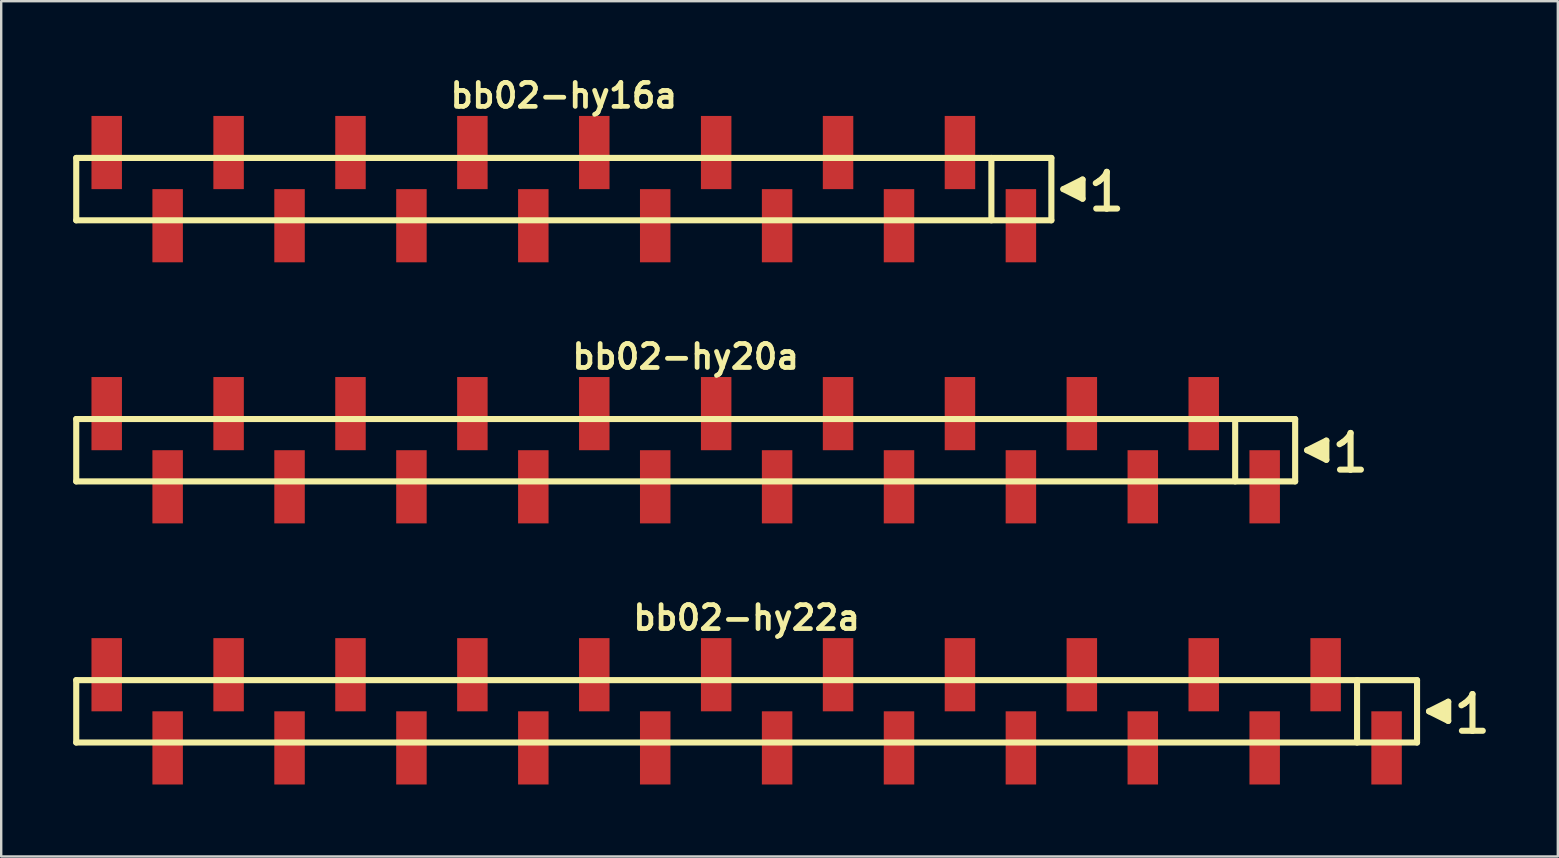
<source format=kicad_pcb>
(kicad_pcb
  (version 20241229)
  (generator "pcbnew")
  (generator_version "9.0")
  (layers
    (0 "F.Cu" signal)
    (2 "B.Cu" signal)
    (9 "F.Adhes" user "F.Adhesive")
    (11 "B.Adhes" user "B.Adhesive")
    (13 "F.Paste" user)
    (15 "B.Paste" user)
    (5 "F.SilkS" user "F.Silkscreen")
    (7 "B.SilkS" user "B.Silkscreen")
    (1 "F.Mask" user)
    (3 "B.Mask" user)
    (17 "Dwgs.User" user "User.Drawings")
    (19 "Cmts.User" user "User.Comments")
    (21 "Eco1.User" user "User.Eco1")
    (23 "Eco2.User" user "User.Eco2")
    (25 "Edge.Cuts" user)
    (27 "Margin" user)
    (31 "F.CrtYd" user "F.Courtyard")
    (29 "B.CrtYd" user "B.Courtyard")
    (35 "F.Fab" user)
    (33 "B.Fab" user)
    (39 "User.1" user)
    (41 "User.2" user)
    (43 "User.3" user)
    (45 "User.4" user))
  (footprint "bb02-hy22a"
    (layer "F.Cu")
    (at 28.067 26.595)
    (property "Reference" "bb02-hy22a" (at 0 -3.9 0) (layer "F.SilkS") (effects (font (size 0.998 0.998) (thickness 0.198))))
    (attr smd)
    (fp_line (start -27.94 -1.3) (end 27.94 -1.3) (stroke (width 0.254) (type solid)) (layer "F.SilkS"))
    (fp_line (start -27.94 1.3) (end -27.94 -1.3) (stroke (width 0.254) (type solid)) (layer "F.SilkS"))
    (fp_line (start 25.44 1.3) (end 25.44 -1.3) (stroke (width 0.254) (type solid)) (layer "F.SilkS"))
    (fp_line (start 27.94 -1.3) (end 27.94 1.3) (stroke (width 0.254) (type solid)) (layer "F.SilkS"))
    (fp_line (start 27.94 1.3) (end -27.94 1.3) (stroke (width 0.254) (type solid)) (layer "F.SilkS"))
    (fp_line (start 28.44 0) (end 29.24 0.4) (stroke (width 0.254) (type solid)) (layer "F.SilkS"))
    (fp_line (start 28.74 0.1) (end 28.74 -0.1) (stroke (width 0.254) (type solid)) (layer "F.SilkS"))
    (fp_line (start 28.84 -0.1) (end 28.84 0.1) (stroke (width 0.254) (type solid)) (layer "F.SilkS"))
    (fp_line (start 28.94 0.2) (end 28.94 -0.2) (stroke (width 0.254) (type solid)) (layer "F.SilkS"))
    (fp_line (start 29.04 -0.2) (end 29.04 0.2) (stroke (width 0.254) (type solid)) (layer "F.SilkS"))
    (fp_line (start 29.14 0.3) (end 29.14 -0.3) (stroke (width 0.254) (type solid)) (layer "F.SilkS"))
    (fp_line (start 29.24 -0.4) (end 28.44 0) (stroke (width 0.254) (type solid)) (layer "F.SilkS"))
    (fp_line (start 29.24 0.4) (end 29.24 -0.4) (stroke (width 0.254) (type solid)) (layer "F.SilkS"))
    (fp_line (start 29.79 -0.25) (end 29.92 -0.33) (stroke (width 0.254) (type solid)) (layer "F.SilkS"))
    (fp_line (start 29.92 -0.33) (end 30.08 -0.46) (stroke (width 0.254) (type solid)) (layer "F.SilkS"))
    (fp_line (start 30.08 -0.46) (end 30.22 -0.63) (stroke (width 0.254) (type solid)) (layer "F.SilkS"))
    (fp_line (start 30.22 -0.63) (end 30.25 -0.72) (stroke (width 0.254) (type solid)) (layer "F.SilkS"))
    (fp_line (start 30.25 -0.72) (end 30.25 0.81) (stroke (width 0.254) (type solid)) (layer "F.SilkS"))
    (fp_line (start 30.25 0.81) (end 29.81 0.81) (stroke (width 0.254) (type solid)) (layer "F.SilkS"))
    (fp_line (start 30.68 0.81) (end 30.24 0.81) (stroke (width 0.254) (type solid)) (layer "F.SilkS"))
    (pad "1" smd rect (at 26.67 1.525) (size 1.27 3.05) (layers "F.Cu" "F.Mask" "F.Paste"))
    (pad "2" smd rect (at 24.13 -1.525) (size 1.27 3.05) (layers "F.Cu" "F.Mask" "F.Paste"))
    (pad "3" smd rect (at 21.59 1.525) (size 1.27 3.05) (layers "F.Cu" "F.Mask" "F.Paste"))
    (pad "4" smd rect (at 19.05 -1.525) (size 1.27 3.05) (layers "F.Cu" "F.Mask" "F.Paste"))
    (pad "5" smd rect (at 16.51 1.525) (size 1.27 3.05) (layers "F.Cu" "F.Mask" "F.Paste"))
    (pad "6" smd rect (at 13.97 -1.525) (size 1.27 3.05) (layers "F.Cu" "F.Mask" "F.Paste"))
    (pad "7" smd rect (at 11.43 1.525) (size 1.27 3.05) (layers "F.Cu" "F.Mask" "F.Paste"))
    (pad "8" smd rect (at 8.89 -1.525) (size 1.27 3.05) (layers "F.Cu" "F.Mask" "F.Paste"))
    (pad "9" smd rect (at 6.35 1.525) (size 1.27 3.05) (layers "F.Cu" "F.Mask" "F.Paste"))
    (pad "10" smd rect (at 3.81 -1.525) (size 1.27 3.05) (layers "F.Cu" "F.Mask" "F.Paste"))
    (pad "11" smd rect (at 1.27 1.525) (size 1.27 3.05) (layers "F.Cu" "F.Mask" "F.Paste"))
    (pad "12" smd rect (at -1.27 -1.525) (size 1.27 3.05) (layers "F.Cu" "F.Mask" "F.Paste"))
    (pad "13" smd rect (at -3.81 1.525) (size 1.27 3.05) (layers "F.Cu" "F.Mask" "F.Paste"))
    (pad "14" smd rect (at -6.35 -1.525) (size 1.27 3.05) (layers "F.Cu" "F.Mask" "F.Paste"))
    (pad "15" smd rect (at -8.89 1.525) (size 1.27 3.05) (layers "F.Cu" "F.Mask" "F.Paste"))
    (pad "16" smd rect (at -11.43 -1.525) (size 1.27 3.05) (layers "F.Cu" "F.Mask" "F.Paste"))
    (pad "17" smd rect (at -13.97 1.525) (size 1.27 3.05) (layers "F.Cu" "F.Mask" "F.Paste"))
    (pad "18" smd rect (at -16.51 -1.525) (size 1.27 3.05) (layers "F.Cu" "F.Mask" "F.Paste"))
    (pad "19" smd rect (at -19.05 1.525) (size 1.27 3.05) (layers "F.Cu" "F.Mask" "F.Paste"))
    (pad "20" smd rect (at -21.59 -1.525) (size 1.27 3.05) (layers "F.Cu" "F.Mask" "F.Paste"))
    (pad "21" smd rect (at -24.13 1.525) (size 1.27 3.05) (layers "F.Cu" "F.Mask" "F.Paste"))
    (pad "22" smd rect (at -26.67 -1.525) (size 1.27 3.05) (layers "F.Cu" "F.Mask" "F.Paste")))
  (footprint "bb02-hy20a"
    (layer "F.Cu")
    (at 25.527 15.713)
    (property "Reference" "bb02-hy20a" (at 0 -3.9 0) (layer "F.SilkS") (effects (font (size 0.998 0.998) (thickness 0.198))))
    (attr smd)
    (fp_line (start -25.4 -1.3) (end 25.4 -1.3) (stroke (width 0.254) (type solid)) (layer "F.SilkS"))
    (fp_line (start -25.4 1.3) (end -25.4 -1.3) (stroke (width 0.254) (type solid)) (layer "F.SilkS"))
    (fp_line (start 22.9 1.3) (end 22.9 -1.3) (stroke (width 0.254) (type solid)) (layer "F.SilkS"))
    (fp_line (start 25.4 -1.3) (end 25.4 1.3) (stroke (width 0.254) (type solid)) (layer "F.SilkS"))
    (fp_line (start 25.4 1.3) (end -25.4 1.3) (stroke (width 0.254) (type solid)) (layer "F.SilkS"))
    (fp_line (start 25.9 0) (end 26.7 0.4) (stroke (width 0.254) (type solid)) (layer "F.SilkS"))
    (fp_line (start 26.2 0.1) (end 26.2 -0.1) (stroke (width 0.254) (type solid)) (layer "F.SilkS"))
    (fp_line (start 26.3 -0.1) (end 26.3 0.1) (stroke (width 0.254) (type solid)) (layer "F.SilkS"))
    (fp_line (start 26.4 0.2) (end 26.4 -0.2) (stroke (width 0.254) (type solid)) (layer "F.SilkS"))
    (fp_line (start 26.5 -0.2) (end 26.5 0.2) (stroke (width 0.254) (type solid)) (layer "F.SilkS"))
    (fp_line (start 26.6 0.3) (end 26.6 -0.3) (stroke (width 0.254) (type solid)) (layer "F.SilkS"))
    (fp_line (start 26.7 -0.4) (end 25.9 0) (stroke (width 0.254) (type solid)) (layer "F.SilkS"))
    (fp_line (start 26.7 0.4) (end 26.7 -0.4) (stroke (width 0.254) (type solid)) (layer "F.SilkS"))
    (fp_line (start 27.25 -0.25) (end 27.38 -0.33) (stroke (width 0.254) (type solid)) (layer "F.SilkS"))
    (fp_line (start 27.38 -0.33) (end 27.54 -0.46) (stroke (width 0.254) (type solid)) (layer "F.SilkS"))
    (fp_line (start 27.54 -0.46) (end 27.68 -0.63) (stroke (width 0.254) (type solid)) (layer "F.SilkS"))
    (fp_line (start 27.68 -0.63) (end 27.71 -0.72) (stroke (width 0.254) (type solid)) (layer "F.SilkS"))
    (fp_line (start 27.71 -0.72) (end 27.71 0.81) (stroke (width 0.254) (type solid)) (layer "F.SilkS"))
    (fp_line (start 27.71 0.81) (end 27.27 0.81) (stroke (width 0.254) (type solid)) (layer "F.SilkS"))
    (fp_line (start 28.14 0.81) (end 27.7 0.81) (stroke (width 0.254) (type solid)) (layer "F.SilkS"))
    (pad "1" smd rect (at 24.13 1.525) (size 1.27 3.05) (layers "F.Cu" "F.Mask" "F.Paste"))
    (pad "2" smd rect (at 21.59 -1.525) (size 1.27 3.05) (layers "F.Cu" "F.Mask" "F.Paste"))
    (pad "3" smd rect (at 19.05 1.525) (size 1.27 3.05) (layers "F.Cu" "F.Mask" "F.Paste"))
    (pad "4" smd rect (at 16.51 -1.525) (size 1.27 3.05) (layers "F.Cu" "F.Mask" "F.Paste"))
    (pad "5" smd rect (at 13.97 1.525) (size 1.27 3.05) (layers "F.Cu" "F.Mask" "F.Paste"))
    (pad "6" smd rect (at 11.43 -1.525) (size 1.27 3.05) (layers "F.Cu" "F.Mask" "F.Paste"))
    (pad "7" smd rect (at 8.89 1.525) (size 1.27 3.05) (layers "F.Cu" "F.Mask" "F.Paste"))
    (pad "8" smd rect (at 6.35 -1.525) (size 1.27 3.05) (layers "F.Cu" "F.Mask" "F.Paste"))
    (pad "9" smd rect (at 3.81 1.525) (size 1.27 3.05) (layers "F.Cu" "F.Mask" "F.Paste"))
    (pad "10" smd rect (at 1.27 -1.525) (size 1.27 3.05) (layers "F.Cu" "F.Mask" "F.Paste"))
    (pad "11" smd rect (at -1.27 1.525) (size 1.27 3.05) (layers "F.Cu" "F.Mask" "F.Paste"))
    (pad "12" smd rect (at -3.81 -1.525) (size 1.27 3.05) (layers "F.Cu" "F.Mask" "F.Paste"))
    (pad "13" smd rect (at -6.35 1.525) (size 1.27 3.05) (layers "F.Cu" "F.Mask" "F.Paste"))
    (pad "14" smd rect (at -8.89 -1.525) (size 1.27 3.05) (layers "F.Cu" "F.Mask" "F.Paste"))
    (pad "15" smd rect (at -11.43 1.525) (size 1.27 3.05) (layers "F.Cu" "F.Mask" "F.Paste"))
    (pad "16" smd rect (at -13.97 -1.525) (size 1.27 3.05) (layers "F.Cu" "F.Mask" "F.Paste"))
    (pad "17" smd rect (at -16.51 1.525) (size 1.27 3.05) (layers "F.Cu" "F.Mask" "F.Paste"))
    (pad "18" smd rect (at -19.05 -1.525) (size 1.27 3.05) (layers "F.Cu" "F.Mask" "F.Paste"))
    (pad "19" smd rect (at -21.59 1.525) (size 1.27 3.05) (layers "F.Cu" "F.Mask" "F.Paste"))
    (pad "20" smd rect (at -24.13 -1.525) (size 1.27 3.05) (layers "F.Cu" "F.Mask" "F.Paste")))
  (footprint "bb02-hy16a"
    (layer "F.Cu")
    (at 20.447 4.832)
    (property "Reference" "bb02-hy16a" (at 0 -3.9 0) (layer "F.SilkS") (effects (font (size 0.998 0.998) (thickness 0.198))))
    (attr smd)
    (fp_line (start -20.32 -1.3) (end 20.32 -1.3) (stroke (width 0.254) (type solid)) (layer "F.SilkS"))
    (fp_line (start -20.32 1.3) (end -20.32 -1.3) (stroke (width 0.254) (type solid)) (layer "F.SilkS"))
    (fp_line (start 17.82 1.3) (end 17.82 -1.3) (stroke (width 0.254) (type solid)) (layer "F.SilkS"))
    (fp_line (start 20.32 -1.3) (end 20.32 1.3) (stroke (width 0.254) (type solid)) (layer "F.SilkS"))
    (fp_line (start 20.32 1.3) (end -20.32 1.3) (stroke (width 0.254) (type solid)) (layer "F.SilkS"))
    (fp_line (start 20.82 0) (end 21.62 0.4) (stroke (width 0.254) (type solid)) (layer "F.SilkS"))
    (fp_line (start 21.12 0.1) (end 21.12 -0.1) (stroke (width 0.254) (type solid)) (layer "F.SilkS"))
    (fp_line (start 21.22 -0.1) (end 21.22 0.1) (stroke (width 0.254) (type solid)) (layer "F.SilkS"))
    (fp_line (start 21.32 0.2) (end 21.32 -0.2) (stroke (width 0.254) (type solid)) (layer "F.SilkS"))
    (fp_line (start 21.42 -0.2) (end 21.42 0.2) (stroke (width 0.254) (type solid)) (layer "F.SilkS"))
    (fp_line (start 21.52 0.3) (end 21.52 -0.3) (stroke (width 0.254) (type solid)) (layer "F.SilkS"))
    (fp_line (start 21.62 -0.4) (end 20.82 0) (stroke (width 0.254) (type solid)) (layer "F.SilkS"))
    (fp_line (start 21.62 0.4) (end 21.62 -0.4) (stroke (width 0.254) (type solid)) (layer "F.SilkS"))
    (fp_line (start 22.17 -0.25) (end 22.3 -0.33) (stroke (width 0.254) (type solid)) (layer "F.SilkS"))
    (fp_line (start 22.3 -0.33) (end 22.46 -0.46) (stroke (width 0.254) (type solid)) (layer "F.SilkS"))
    (fp_line (start 22.46 -0.46) (end 22.6 -0.63) (stroke (width 0.254) (type solid)) (layer "F.SilkS"))
    (fp_line (start 22.6 -0.63) (end 22.63 -0.72) (stroke (width 0.254) (type solid)) (layer "F.SilkS"))
    (fp_line (start 22.63 -0.72) (end 22.63 0.81) (stroke (width 0.254) (type solid)) (layer "F.SilkS"))
    (fp_line (start 22.63 0.81) (end 22.19 0.81) (stroke (width 0.254) (type solid)) (layer "F.SilkS"))
    (fp_line (start 23.06 0.81) (end 22.62 0.81) (stroke (width 0.254) (type solid)) (layer "F.SilkS"))
    (pad "1" smd rect (at 19.05 1.525) (size 1.27 3.05) (layers "F.Cu" "F.Mask" "F.Paste"))
    (pad "2" smd rect (at 16.51 -1.525) (size 1.27 3.05) (layers "F.Cu" "F.Mask" "F.Paste"))
    (pad "3" smd rect (at 13.97 1.525) (size 1.27 3.05) (layers "F.Cu" "F.Mask" "F.Paste"))
    (pad "4" smd rect (at 11.43 -1.525) (size 1.27 3.05) (layers "F.Cu" "F.Mask" "F.Paste"))
    (pad "5" smd rect (at 8.89 1.525) (size 1.27 3.05) (layers "F.Cu" "F.Mask" "F.Paste"))
    (pad "6" smd rect (at 6.35 -1.525) (size 1.27 3.05) (layers "F.Cu" "F.Mask" "F.Paste"))
    (pad "7" smd rect (at 3.81 1.525) (size 1.27 3.05) (layers "F.Cu" "F.Mask" "F.Paste"))
    (pad "8" smd rect (at 1.27 -1.525) (size 1.27 3.05) (layers "F.Cu" "F.Mask" "F.Paste"))
    (pad "9" smd rect (at -1.27 1.525) (size 1.27 3.05) (layers "F.Cu" "F.Mask" "F.Paste"))
    (pad "10" smd rect (at -3.81 -1.525) (size 1.27 3.05) (layers "F.Cu" "F.Mask" "F.Paste"))
    (pad "11" smd rect (at -6.35 1.525) (size 1.27 3.05) (layers "F.Cu" "F.Mask" "F.Paste"))
    (pad "12" smd rect (at -8.89 -1.525) (size 1.27 3.05) (layers "F.Cu" "F.Mask" "F.Paste"))
    (pad "13" smd rect (at -11.43 1.525) (size 1.27 3.05) (layers "F.Cu" "F.Mask" "F.Paste"))
    (pad "14" smd rect (at -13.97 -1.525) (size 1.27 3.05) (layers "F.Cu" "F.Mask" "F.Paste"))
    (pad "15" smd rect (at -16.51 1.525) (size 1.27 3.05) (layers "F.Cu" "F.Mask" "F.Paste"))
    (pad "16" smd rect (at -19.05 -1.525) (size 1.27 3.05) (layers "F.Cu" "F.Mask" "F.Paste")))
  (gr_rect
    (start -3 -3)
    (end 61.874 32.645)
    (stroke (width 0.1) (type default))
    (fill no)
    (layer "Edge.Cuts")))
</source>
